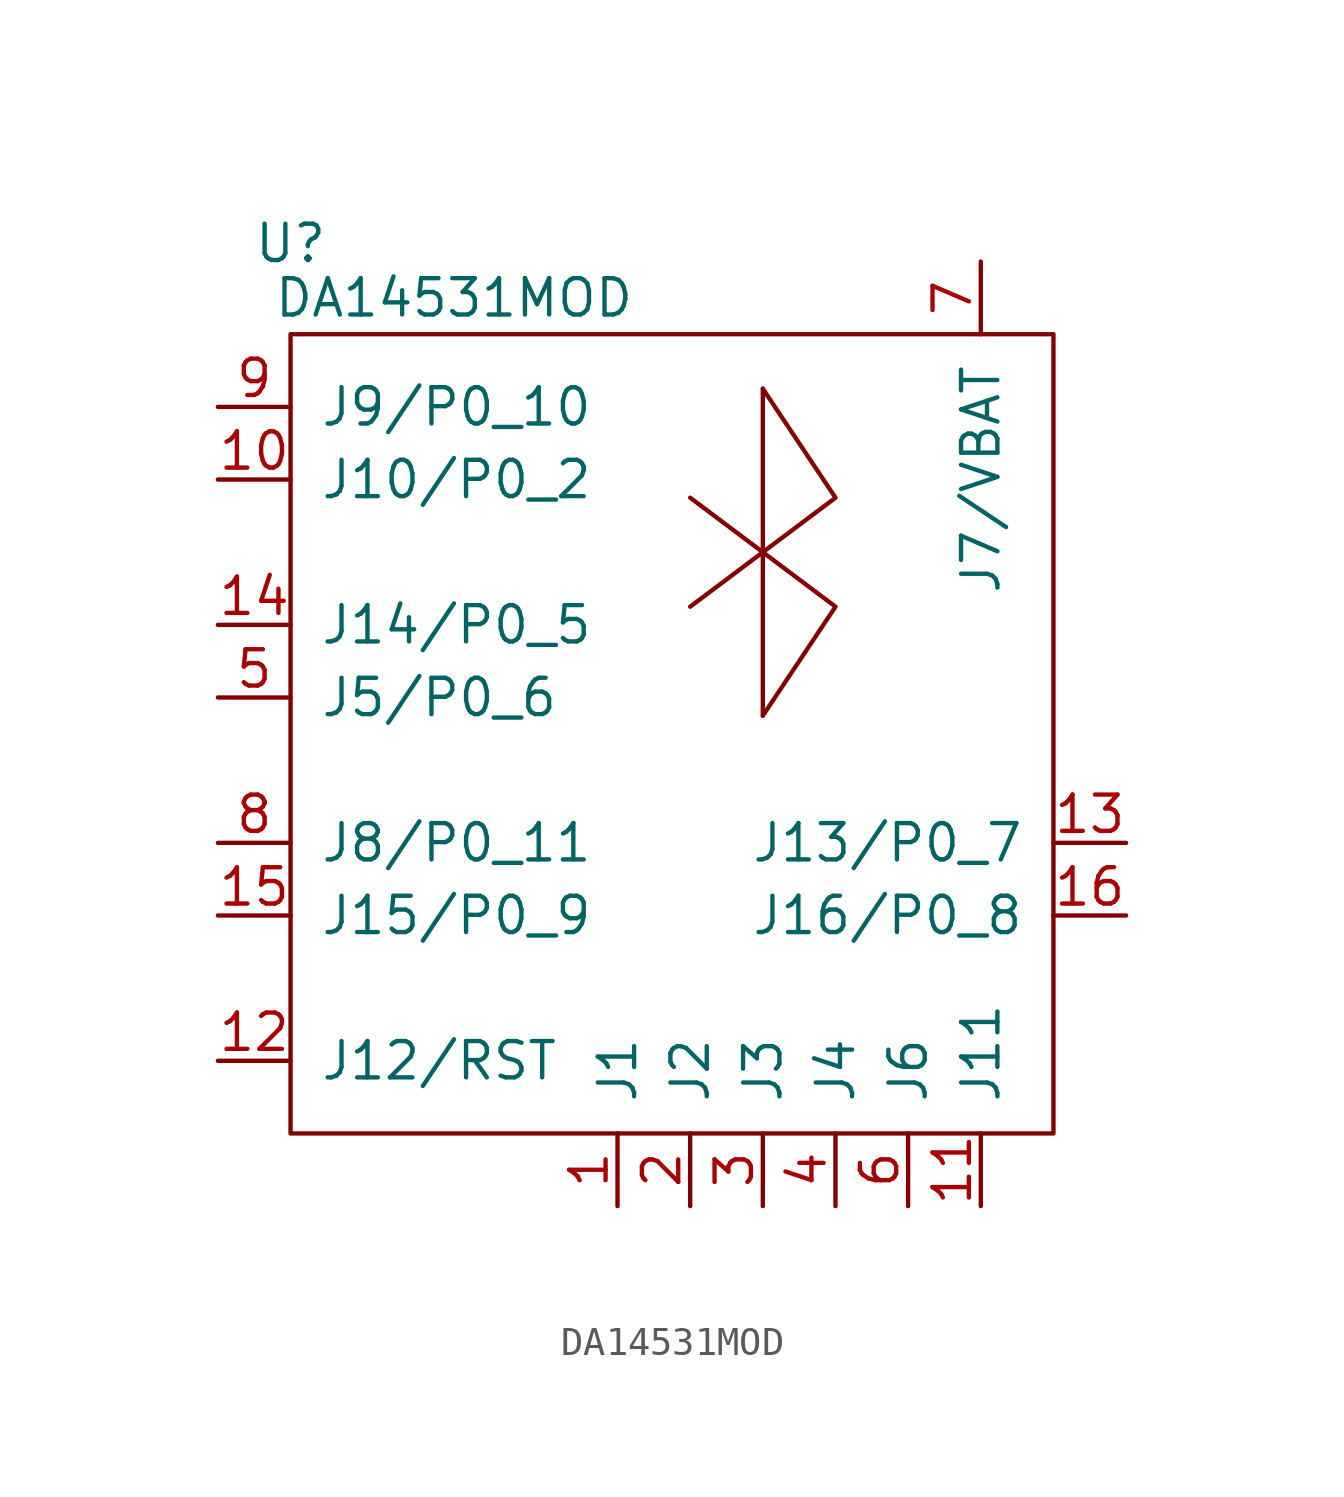
<source format=kicad_sym>
(kicad_symbol_lib
  (version 20211014)
  (generator kicad_symbol_editor)
  (symbol "DA14531MOD"
    (pin_names
      (offset 1.016))
    (property "Reference" "U"
      (at 2.54 28.575 0)
      (effects (font (size 1.27 1.27))))
    (property "Value" "DA14531MOD"
      (at 8.255 26.67 0)
      (effects (font (size 1.27 1.27))))
    (symbol "DA14531MOD_0_1"
      (polyline (pts (xy 19.05 23.495) (xy 19.05 12.065)) (stroke (width 0) (type default)) (fill (type none)))
      (polyline (pts (xy 19.05 12.065) (xy 21.59 15.875) (xy 16.51 19.685)) (stroke (width 0) (type default)) (fill (type none)))
      (polyline (pts (xy 19.05 23.495) (xy 21.59 19.685) (xy 16.51 15.875)) (stroke (width 0) (type default)) (fill (type none)))
      (rectangle (start 2.54 25.4) (end 29.21 -2.54) (stroke (width 0) (type default)) (fill (type none))))
    (symbol "DA14531MOD_1_1"
      (pin power_in line (at 13.97 -5.08 90) (length 2.54) (name "J1" (effects (font (size 1.27 1.27)))) (number "1" (effects (font (size 1.27 1.27)))))
      (pin bidirectional line (at 0 20.32 0) (length 2.54) (name "J10/P0_2" (effects (font (size 1.27 1.27)))) (number "10" (effects (font (size 1.27 1.27)))))
      (pin power_in line (at 26.67 -5.08 90) (length 2.54) (name "J11" (effects (font (size 1.27 1.27)))) (number "11" (effects (font (size 1.27 1.27)))))
      (pin input line (at 0 0 0) (length 2.54) (name "J12/RST" (effects (font (size 1.27 1.27)))) (number "12" (effects (font (size 1.27 1.27)))))
      (pin bidirectional line (at 31.75 7.62 180) (length 2.54) (name "J13/P0_7" (effects (font (size 1.27 1.27)))) (number "13" (effects (font (size 1.27 1.27)))))
      (pin bidirectional line (at 0 15.24 0) (length 2.54) (name "J14/P0_5" (effects (font (size 1.27 1.27)))) (number "14" (effects (font (size 1.27 1.27)))))
      (pin bidirectional line (at 0 5.08 0) (length 2.54) (name "J15/P0_9" (effects (font (size 1.27 1.27)))) (number "15" (effects (font (size 1.27 1.27)))))
      (pin bidirectional line (at 31.75 5.08 180) (length 2.54) (name "J16/P0_8" (effects (font (size 1.27 1.27)))) (number "16" (effects (font (size 1.27 1.27)))))
      (pin power_in line (at 16.51 -5.08 90) (length 2.54) (name "J2" (effects (font (size 1.27 1.27)))) (number "2" (effects (font (size 1.27 1.27)))))
      (pin power_in line (at 19.05 -5.08 90) (length 2.54) (name "J3" (effects (font (size 1.27 1.27)))) (number "3" (effects (font (size 1.27 1.27)))))
      (pin power_in line (at 21.59 -5.08 90) (length 2.54) (name "J4" (effects (font (size 1.27 1.27)))) (number "4" (effects (font (size 1.27 1.27)))))
      (pin bidirectional line (at 0 12.7 0) (length 2.54) (name "J5/P0_6" (effects (font (size 1.27 1.27)))) (number "5" (effects (font (size 1.27 1.27)))))
      (pin power_in line (at 24.13 -5.08 90) (length 2.54) (name "J6" (effects (font (size 1.27 1.27)))) (number "6" (effects (font (size 1.27 1.27)))))
      (pin power_in line (at 26.67 27.94 270) (length 2.54) (name "J7/VBAT" (effects (font (size 1.27 1.27)))) (number "7" (effects (font (size 1.27 1.27)))))
      (pin bidirectional line (at 0 7.62 0) (length 2.54) (name "J8/P0_11" (effects (font (size 1.27 1.27)))) (number "8" (effects (font (size 1.27 1.27)))))
      (pin bidirectional line (at 0 22.86 0) (length 2.54) (name "J9/P0_10" (effects (font (size 1.27 1.27)))) (number "9" (effects (font (size 1.27 1.27))))))))
</source>
